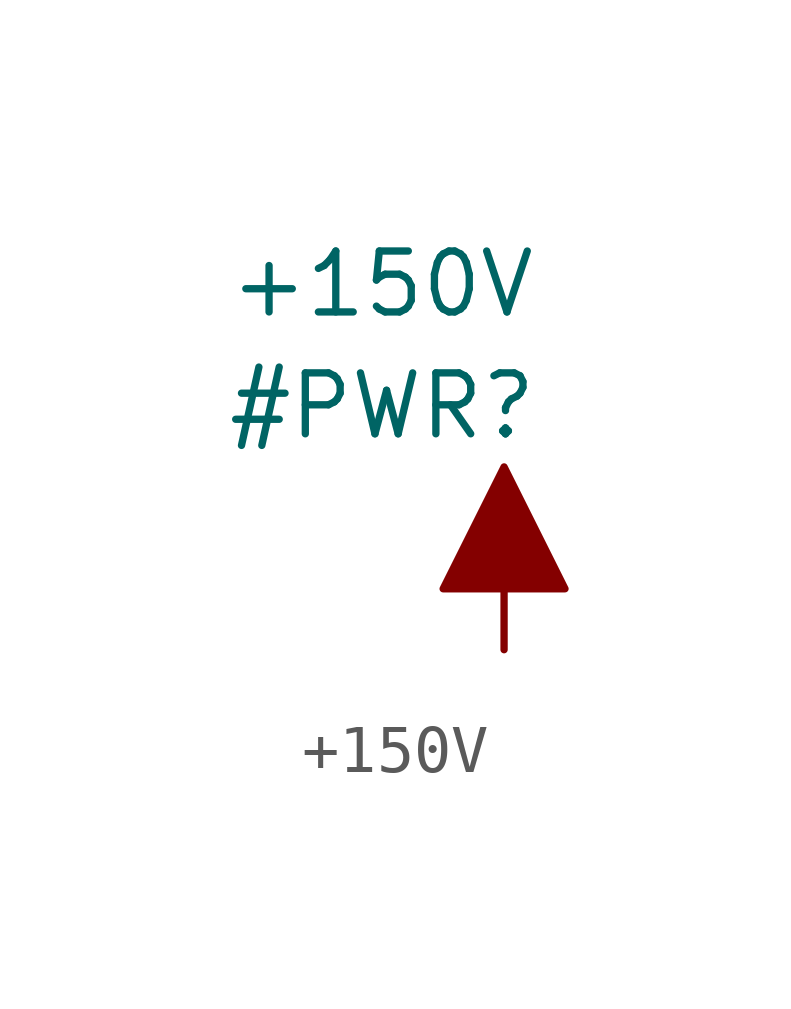
<source format=kicad_sym>
(kicad_symbol_lib
  (version 20211014)
  (generator kicad_symbol_editor)
  (symbol "+150V"
    (power)
    (property "Reference" "#PWR"
      (at 0 0 0)
      (effects (font (size 1.27 1.27))))
    (property "Value" "+150V"
      (at 0 2.54 0)
      (effects (font (size 1.27 1.27))))
    (symbol "+150V_0_0"
      (pin power_out line (at 2.54 -5.08 90) (length 0) hide (name "+150V" (effects (font (size 1.27 1.27)))) (number "" (effects (font (size 1.27 1.27))))))
    (symbol "+150V_0_1"
      (polyline (pts (xy 2.54 -3.81) (xy 2.54 -5.08)) (stroke (width 0) (type default) (color 0 0 0 0)) (fill (type none)))
      (polyline (pts (xy 2.54 -1.27) (xy 1.27 -3.81) (xy 3.81 -3.81) (xy 2.54 -1.27)) (stroke (width 0) (type default) (color 0 0 0 0)) (fill (type outline))))))
</source>
